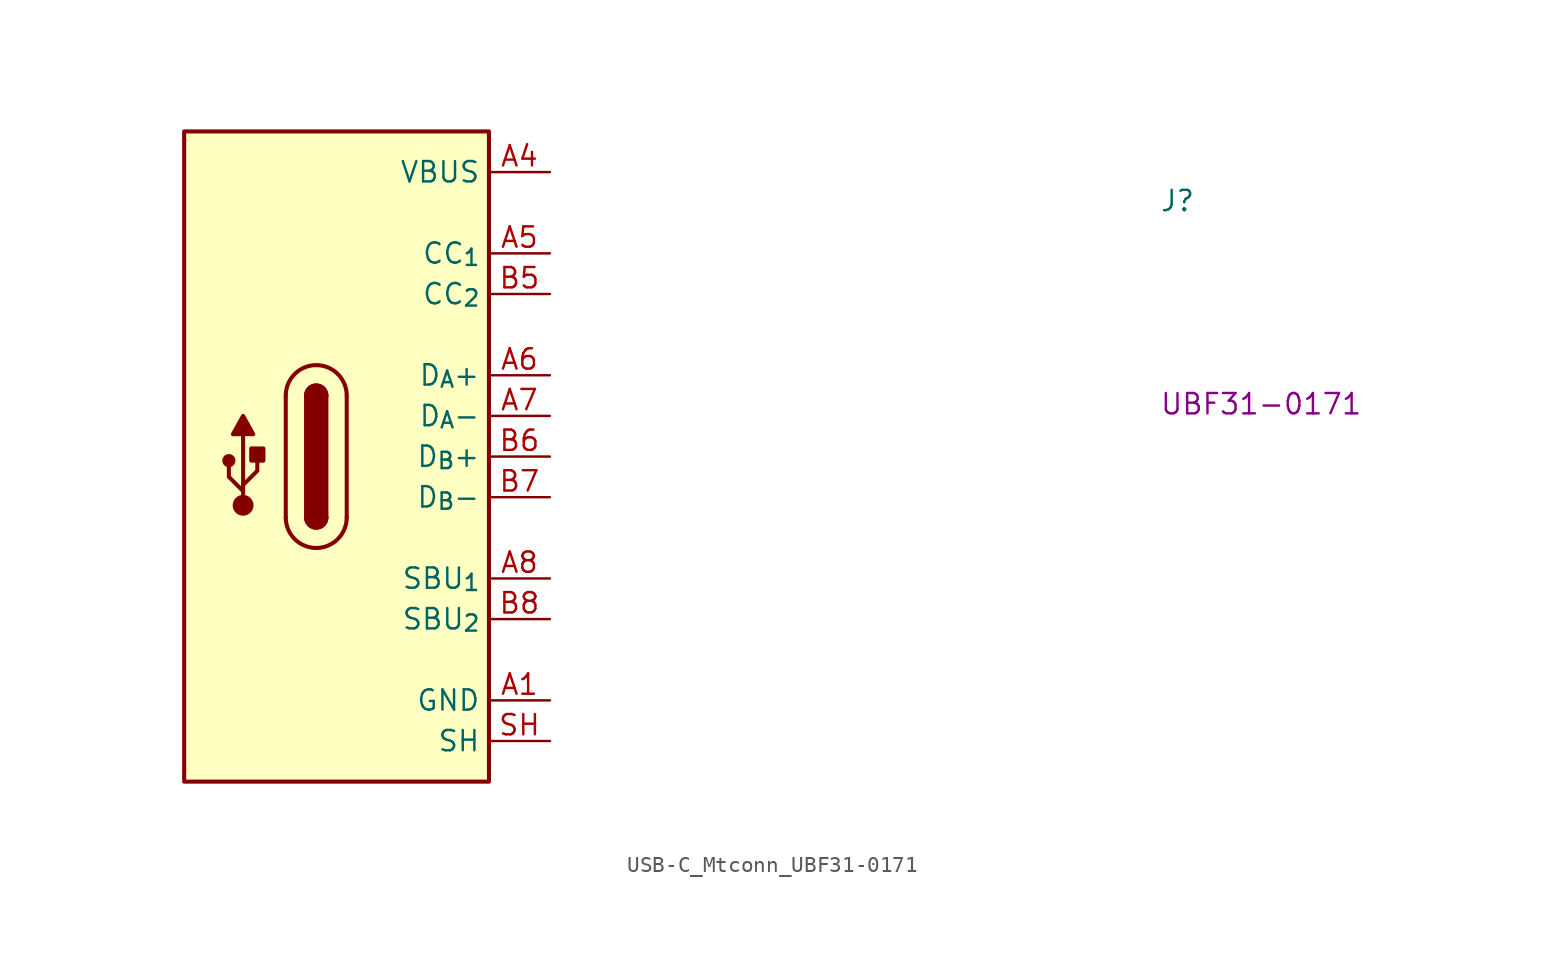
<source format=kicad_sym>
(kicad_symbol_lib
  (version 20220914)
  (generator kicad_symbol_editor)
  (symbol "USB-C_Mtconn_UBF31-0171"
    (property "Reference" "J"
      (at 38.1 -2.54 0)
      (effects (font (size 1.27 1.27) (thickness 0.15)) (justify left bottom)))
    (property "MPN" "UBF31-0171"
      (at 38.1 -15.24 0)
      (effects (font (size 1.27 1.27) (thickness 0.15)) (justify left bottom)))
    (symbol "USB-C_Mtconn_UBF31-0171_1_1"
      (rectangle (start -22.86 2.54) (end -3.81 -38.1) (stroke (width 0.254) (type default)) (fill (type background)))
      (circle (center -20.066 -18.034) (radius 0.284) (stroke (width 0.254) (type default)) (fill (type outline)))
      (circle (center -19.177 -20.828) (radius 0.524) (stroke (width 0.254) (type default)) (fill (type outline)))
      (rectangle (start -18.669 -18.034) (end -17.907 -17.272) (stroke (width 0.254) (type default)) (fill (type outline)))
      (arc (start -16.51 -21.59) (mid -14.605 -23.4867) (end -12.7 -21.59) (stroke (width 0.254) (type default)) (fill (type background)))
      (arc (start -15.24 -21.59) (mid -14.605 -22.2223) (end -13.97 -21.59) (stroke (width 0.254) (type default)) (fill (type outline)))
      (arc (start -15.24 -21.59) (mid -14.605 -22.2223) (end -13.97 -21.59) (stroke (width 0.254) (type default)) (fill (type background)))
      (rectangle (start -15.24 -21.59) (end -13.97 -13.97) (stroke (width 0.254) (type default)) (fill (type outline)))
      (arc (start -13.97 -13.97) (mid -14.605 -13.3377) (end -15.24 -13.97) (stroke (width 0.254) (type default)) (fill (type outline)))
      (arc (start -13.97 -13.97) (mid -14.605 -13.3377) (end -15.24 -13.97) (stroke (width 0.254) (type default)) (fill (type background)))
      (arc (start -12.7 -13.97) (mid -14.605 -12.0733) (end -16.51 -13.97) (stroke (width 0.254) (type default)) (fill (type background)))
      (polyline (pts (xy -19.177 -20.701) (xy -19.177 -16.383)) (stroke (width 0.254) (type default)) (fill (type background)))
      (polyline (pts (xy -16.51 -21.59) (xy -16.51 -13.97)) (stroke (width 0.254) (type default)) (fill (type background)))
      (polyline (pts (xy -12.7 -13.97) (xy -12.7 -21.59)) (stroke (width 0.254) (type default)) (fill (type background)))
      (polyline (pts (xy -19.177 -19.939) (xy -20.066 -19.05) (xy -20.066 -18.415)) (stroke (width 0.254) (type default)) (fill (type background)))
      (polyline (pts (xy -19.177 -19.558) (xy -18.288 -18.669) (xy -18.288 -18.034)) (stroke (width 0.254) (type default)) (fill (type background)))
      (polyline (pts (xy -19.812 -16.383) (xy -19.177 -15.24) (xy -18.542 -16.383) (xy -19.812 -16.383)) (stroke (width 0.254) (type default)) (fill (type outline)))
      (pin power_in line (at 0 -33.02 180) (length 3.81) (name "GND" (effects (font (size 1.27 1.27)))) (number "A1" (effects (font (size 1.27 1.27)))))
      (pin passive line (at 0 -33.02 180) (length 3.81) hide (name "GND" (effects (font (size 1.27 1.27)))) (number "A12" (effects (font (size 1.27 1.27)))))
      (pin passive line (at 0 0 180) (length 3.81) (name "VBUS" (effects (font (size 1.27 1.27)))) (number "A4" (effects (font (size 1.27 1.27)))))
      (pin bidirectional line (at 0 -5.08 180) (length 3.81) (name "CC_{1}" (effects (font (size 1.27 1.27)))) (number "A5" (effects (font (size 1.27 1.27)))))
      (pin bidirectional line (at 0 -12.7 180) (length 3.81) (name "D_{A}+" (effects (font (size 1.27 1.27)))) (number "A6" (effects (font (size 1.27 1.27)))))
      (pin bidirectional line (at 0 -15.24 180) (length 3.81) (name "D_{A}-" (effects (font (size 1.27 1.27)))) (number "A7" (effects (font (size 1.27 1.27)))))
      (pin bidirectional line (at 0 -25.4 180) (length 3.81) (name "SBU_{1}" (effects (font (size 1.27 1.27)))) (number "A8" (effects (font (size 1.27 1.27)))))
      (pin passive line (at 0 0 180) (length 3.81) hide (name "VBUS" (effects (font (size 1.27 1.27)))) (number "A9" (effects (font (size 1.27 1.27)))))
      (pin passive line (at 0 -33.02 180) (length 3.81) hide (name "GND" (effects (font (size 1.27 1.27)))) (number "B1" (effects (font (size 1.27 1.27)))))
      (pin passive line (at 0 -33.02 180) (length 3.81) hide (name "GND" (effects (font (size 1.27 1.27)))) (number "B12" (effects (font (size 1.27 1.27)))))
      (pin passive line (at 0 0 180) (length 3.81) hide (name "VBUS" (effects (font (size 1.27 1.27)))) (number "B4" (effects (font (size 1.27 1.27)))))
      (pin bidirectional line (at 0 -7.62 180) (length 3.81) (name "CC_{2}" (effects (font (size 1.27 1.27)))) (number "B5" (effects (font (size 1.27 1.27)))))
      (pin bidirectional line (at 0 -17.78 180) (length 3.81) (name "D_{B}+" (effects (font (size 1.27 1.27)))) (number "B6" (effects (font (size 1.27 1.27)))))
      (pin bidirectional line (at 0 -20.32 180) (length 3.81) (name "D_{B}-" (effects (font (size 1.27 1.27)))) (number "B7" (effects (font (size 1.27 1.27)))))
      (pin bidirectional line (at 0 -27.94 180) (length 3.81) (name "SBU_{2}" (effects (font (size 1.27 1.27)))) (number "B8" (effects (font (size 1.27 1.27)))))
      (pin passive line (at 0 0 180) (length 3.81) hide (name "VBUS" (effects (font (size 1.27 1.27)))) (number "B9" (effects (font (size 1.27 1.27)))))
      (pin passive line (at 0 -35.56 180) (length 3.81) (name "SH" (effects (font (size 1.27 1.27)))) (number "SH" (effects (font (size 1.27 1.27))))))))
</source>
